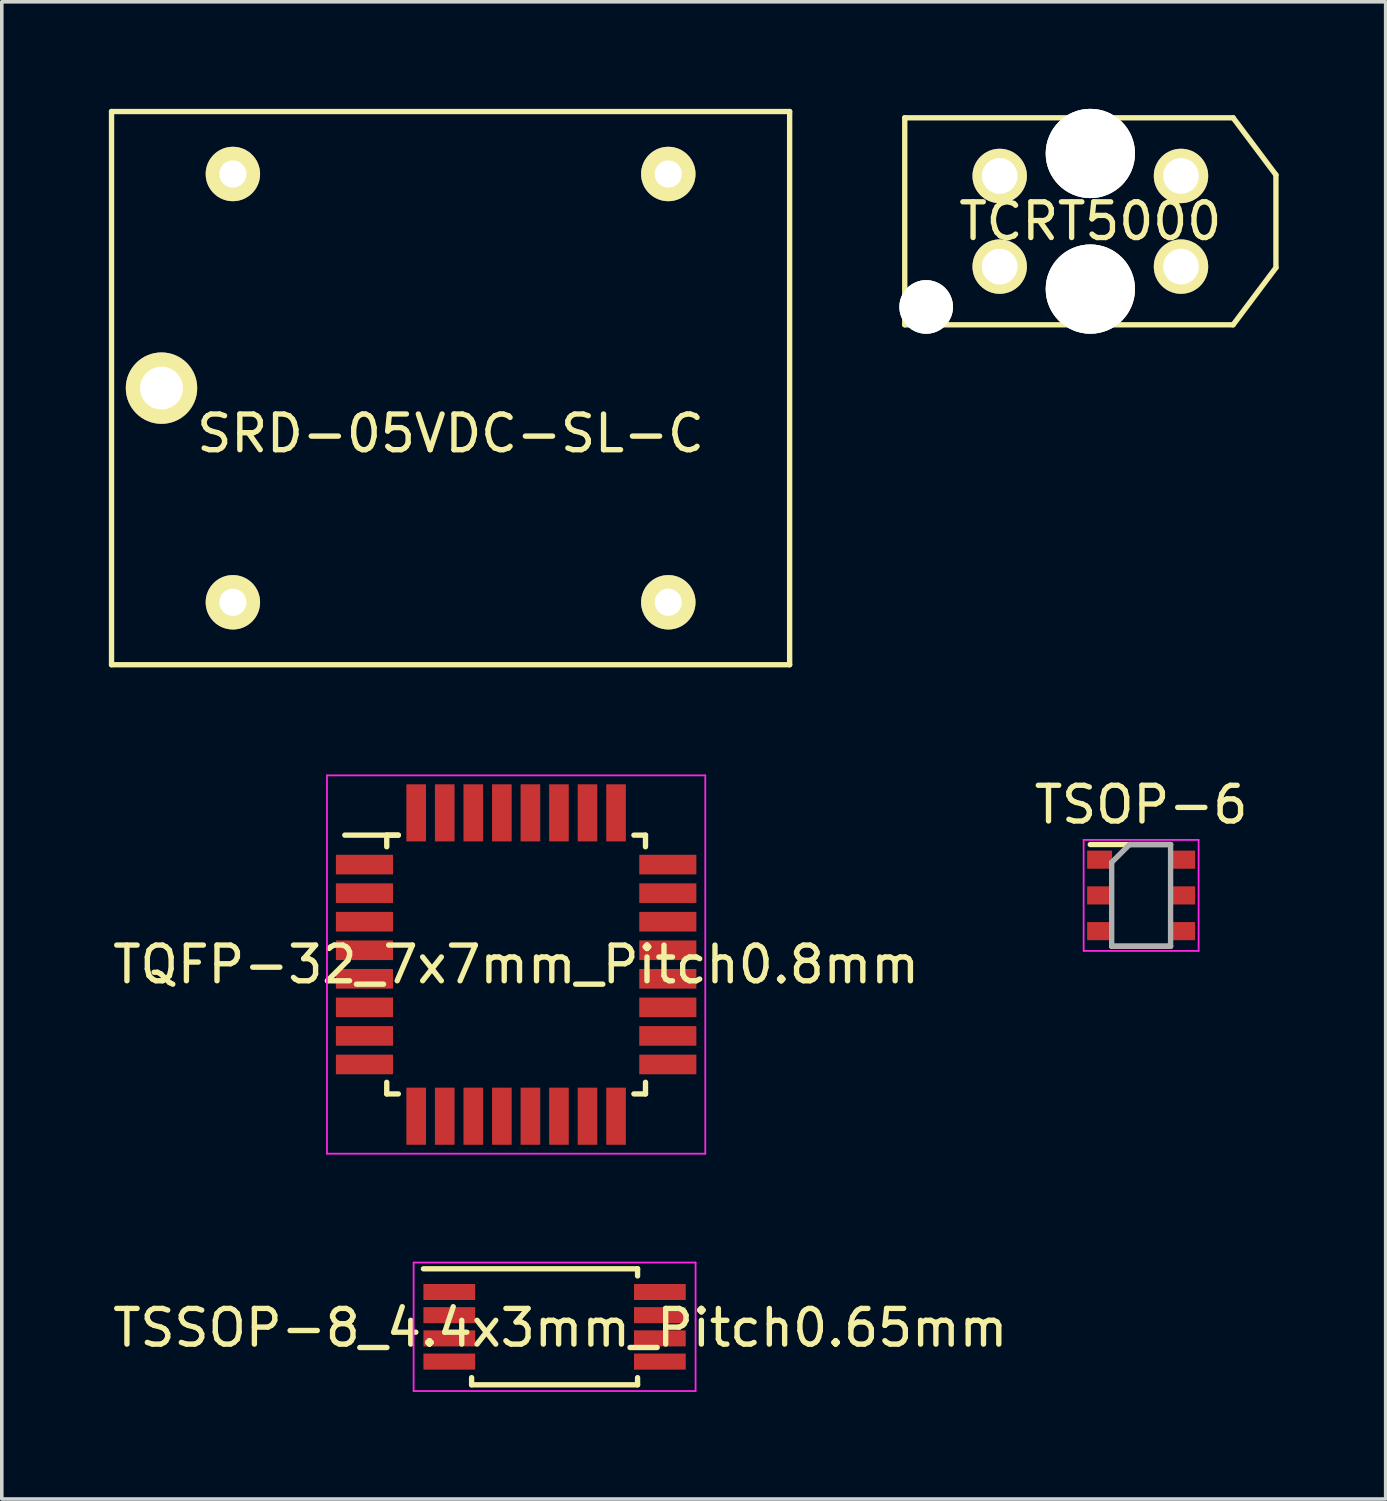
<source format=kicad_pcb>
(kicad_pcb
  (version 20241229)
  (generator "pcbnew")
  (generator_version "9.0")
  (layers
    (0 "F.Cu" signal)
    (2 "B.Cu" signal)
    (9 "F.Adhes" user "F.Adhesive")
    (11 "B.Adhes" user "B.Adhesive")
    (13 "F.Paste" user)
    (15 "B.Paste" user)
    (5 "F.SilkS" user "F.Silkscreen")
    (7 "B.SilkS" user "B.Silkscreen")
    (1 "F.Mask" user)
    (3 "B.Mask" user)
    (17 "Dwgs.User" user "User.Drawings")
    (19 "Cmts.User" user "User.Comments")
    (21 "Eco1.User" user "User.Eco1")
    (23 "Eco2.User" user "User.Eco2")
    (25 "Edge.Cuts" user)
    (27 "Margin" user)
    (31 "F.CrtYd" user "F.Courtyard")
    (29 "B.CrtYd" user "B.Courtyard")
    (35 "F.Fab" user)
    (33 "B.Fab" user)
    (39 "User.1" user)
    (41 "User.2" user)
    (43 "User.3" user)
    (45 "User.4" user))
  (footprint "TCRT5000"
    (layer "F.Cu")
    (at 27.5 3.15)
    (property "Reference" "TCRT5000" (at 0 0 0) (layer "F.SilkS") (effects (font (size 1 1) (thickness 0.15))))
    (attr through_hole)
    (fp_line (start -5.2 -2.9) (end -5.2 2.9) (stroke (width 0.15) (type solid)) (layer "F.SilkS"))
    (fp_line (start 4 -2.9) (end -5.2 -2.9) (stroke (width 0.15) (type solid)) (layer "F.SilkS"))
    (fp_line (start 4 -2.9) (end 5.2 -1.3) (stroke (width 0.15) (type solid)) (layer "F.SilkS"))
    (fp_line (start 4 2.9) (end -5.2 2.9) (stroke (width 0.15) (type solid)) (layer "F.SilkS"))
    (fp_line (start 4 2.9) (end 5.2 1.3) (stroke (width 0.15) (type solid)) (layer "F.SilkS"))
    (fp_line (start 5.2 -1.3) (end 5.2 1.3) (stroke (width 0.15) (type solid)) (layer "F.SilkS"))
    (pad "1" thru_hole circle (at -2.54 -1.27) (size 1.524 1.524) (drill 1) (layers "*.Cu" "*.Mask" "F.SilkS"))
    (pad "2" thru_hole circle (at 2.54 -1.27) (size 1.524 1.524) (drill 1) (layers "*.Cu" "*.Mask" "F.SilkS"))
    (pad "3" thru_hole circle (at -2.54 1.27) (size 1.524 1.524) (drill 1) (layers "*.Cu" "*.Mask" "F.SilkS"))
    (pad "4" thru_hole circle (at 2.54 1.27) (size 1.524 1.524) (drill 1) (layers "*.Cu" "*.Mask" "F.SilkS"))
    (pad "5" thru_hole circle (at -4.6 2.4) (size 1.5 1.5) (drill 1.5) (layers "*.Cu" "*.Mask" "F.SilkS"))
    (pad "5" thru_hole circle (at 0 -1.9) (size 2.5 2.5) (drill 2.5) (layers "*.Cu" "*.Mask" "F.SilkS"))
    (pad "5" thru_hole circle (at 0 1.9) (size 2.5 2.5) (drill 2.5) (layers "*.Cu" "*.Mask" "F.SilkS")))
  (footprint "TSOP-6"
    (layer "F.Cu")
    (at 28.923 22.038)
    (property "Reference" "TSOP-6" (at 0 -2.54 0) (layer "F.SilkS") (effects (font (size 1 1) (thickness 0.15))))
    (attr through_hole)
    (fp_line (start 0.825 -1.425) (end -1.425 -1.425) (stroke (width 0.15) (type solid)) (layer "F.SilkS"))
    (fp_line (start 0.825 1.425) (end -0.825 1.425) (stroke (width 0.15) (type solid)) (layer "F.SilkS"))
    (fp_line (start -1.611 -1.555) (end -1.611 1.555) (stroke (width 0.05) (type solid)) (layer "F.CrtYd"))
    (fp_line (start -1.611 -1.555) (end 1.611 -1.555) (stroke (width 0.05) (type solid)) (layer "F.CrtYd"))
    (fp_line (start -1.611 1.555) (end 1.611 1.555) (stroke (width 0.05) (type solid)) (layer "F.CrtYd"))
    (fp_line (start 1.611 -1.555) (end 1.611 1.555) (stroke (width 0.05) (type solid)) (layer "F.CrtYd"))
    (fp_line (start -0.825 -0.925) (end -0.825 1.425) (stroke (width 0.15) (type solid)) (layer "F.Fab"))
    (fp_line (start -0.325 -1.425) (end -0.825 -0.925) (stroke (width 0.15) (type solid)) (layer "F.Fab"))
    (fp_line (start 0.825 -1.425) (end -0.325 -1.425) (stroke (width 0.15) (type solid)) (layer "F.Fab"))
    (fp_line (start 0.825 -1.425) (end 0.825 1.425) (stroke (width 0.15) (type solid)) (layer "F.Fab"))
    (fp_line (start 0.825 1.425) (end -0.825 1.425) (stroke (width 0.15) (type solid)) (layer "F.Fab"))
    (pad "1" smd rect (at -1.163 -1.001) (size 0.699 0.508) (layers "F.Cu" "F.Mask" "F.Paste"))
    (pad "2" smd rect (at -1.163 0) (size 0.699 0.508) (layers "F.Cu" "F.Mask" "F.Paste"))
    (pad "3" smd rect (at -1.163 1.001) (size 0.699 0.508) (layers "F.Cu" "F.Mask" "F.Paste"))
    (pad "4" smd rect (at 1.163 1.001) (size 0.699 0.508) (layers "F.Cu" "F.Mask" "F.Paste"))
    (pad "5" smd rect (at 1.163 0) (size 0.699 0.508) (layers "F.Cu" "F.Mask" "F.Paste"))
    (pad "6" smd rect (at 1.163 -1.001) (size 0.699 0.508) (layers "F.Cu" "F.Mask" "F.Paste")))
  (footprint "SRD-05VDC-SL-C"
    (layer "F.Cu")
    (at 9.575 7.825)
    (property "Reference" "SRD-05VDC-SL-C" (at 0 1.27 0) (layer "F.SilkS") (effects (font (size 1 1) (thickness 0.15))))
    (attr through_hole)
    (fp_line (start -9.5 -7.75) (end -9.5 7.75) (stroke (width 0.15) (type solid)) (layer "F.SilkS"))
    (fp_line (start -9.5 -7.75) (end 9.5 -7.75) (stroke (width 0.15) (type solid)) (layer "F.SilkS"))
    (fp_line (start -9.5 7.75) (end 9.5 7.75) (stroke (width 0.15) (type solid)) (layer "F.SilkS"))
    (fp_line (start 9.5 -7.75) (end 9.5 7.75) (stroke (width 0.15) (type solid)) (layer "F.SilkS"))
    (pad "1" thru_hole circle (at -6.1 -6) (size 1.524 1.524) (drill 0.762) (layers "*.Cu" "*.Mask" "F.SilkS"))
    (pad "2" thru_hole circle (at -6.1 6) (size 1.524 1.524) (drill 0.762) (layers "*.Cu" "*.Mask" "F.SilkS"))
    (pad "3" thru_hole circle (at -8.1 0) (size 2 2) (drill 1.2) (layers "*.Cu" "*.Mask" "F.SilkS"))
    (pad "4" thru_hole circle (at 6.1 -6) (size 1.524 1.524) (drill 0.762) (layers "*.Cu" "*.Mask" "F.SilkS"))
    (pad "5" thru_hole circle (at 6.1 6) (size 1.524 1.524) (drill 0.762) (layers "*.Cu" "*.Mask" "F.SilkS")))
  (footprint "TQFP-32_7x7mm_Pitch0.8mm"
    (layer "F.Cu")
    (at 11.411 23.975)
    (property "Reference" "TQFP-32_7x7mm_Pitch0.8mm" (at 0 0 0) (layer "F.SilkS") (effects (font (size 1 1) (thickness 0.15))))
    (attr smd)
    (fp_line (start -4.8 -3.625) (end -3.3 -3.625) (stroke (width 0.15) (type solid)) (layer "F.SilkS"))
    (fp_line (start -3.625 -3.625) (end -3.625 -3.3) (stroke (width 0.15) (type solid)) (layer "F.SilkS"))
    (fp_line (start -3.625 -3.625) (end -3.3 -3.625) (stroke (width 0.15) (type solid)) (layer "F.SilkS"))
    (fp_line (start -3.625 3.625) (end -3.625 3.3) (stroke (width 0.15) (type solid)) (layer "F.SilkS"))
    (fp_line (start -3.625 3.625) (end -3.3 3.625) (stroke (width 0.15) (type solid)) (layer "F.SilkS"))
    (fp_line (start 3.625 -3.625) (end 3.3 -3.625) (stroke (width 0.15) (type solid)) (layer "F.SilkS"))
    (fp_line (start 3.625 -3.625) (end 3.625 -3.3) (stroke (width 0.15) (type solid)) (layer "F.SilkS"))
    (fp_line (start 3.625 3.625) (end 3.3 3.625) (stroke (width 0.15) (type solid)) (layer "F.SilkS"))
    (fp_line (start 3.625 3.625) (end 3.625 3.3) (stroke (width 0.15) (type solid)) (layer "F.SilkS"))
    (fp_line (start -5.3 -5.3) (end -5.3 5.3) (stroke (width 0.05) (type solid)) (layer "F.CrtYd"))
    (fp_line (start -5.3 -5.3) (end 5.3 -5.3) (stroke (width 0.05) (type solid)) (layer "F.CrtYd"))
    (fp_line (start -5.3 5.3) (end 5.3 5.3) (stroke (width 0.05) (type solid)) (layer "F.CrtYd"))
    (fp_line (start 5.3 -5.3) (end 5.3 5.3) (stroke (width 0.05) (type solid)) (layer "F.CrtYd"))
    (pad "1" smd rect (at -4.25 -2.8) (size 1.6 0.55) (layers "F.Cu" "F.Mask" "F.Paste"))
    (pad "2" smd rect (at -4.25 -2) (size 1.6 0.55) (layers "F.Cu" "F.Mask" "F.Paste"))
    (pad "3" smd rect (at -4.25 -1.2) (size 1.6 0.55) (layers "F.Cu" "F.Mask" "F.Paste"))
    (pad "4" smd rect (at -4.25 -0.4) (size 1.6 0.55) (layers "F.Cu" "F.Mask" "F.Paste"))
    (pad "5" smd rect (at -4.25 0.4) (size 1.6 0.55) (layers "F.Cu" "F.Mask" "F.Paste"))
    (pad "6" smd rect (at -4.25 1.2) (size 1.6 0.55) (layers "F.Cu" "F.Mask" "F.Paste"))
    (pad "7" smd rect (at -4.25 2) (size 1.6 0.55) (layers "F.Cu" "F.Mask" "F.Paste"))
    (pad "8" smd rect (at -4.25 2.8) (size 1.6 0.55) (layers "F.Cu" "F.Mask" "F.Paste"))
    (pad "9" smd rect (at -2.8 4.25 90) (size 1.6 0.55) (layers "F.Cu" "F.Mask" "F.Paste"))
    (pad "10" smd rect (at -2 4.25 90) (size 1.6 0.55) (layers "F.Cu" "F.Mask" "F.Paste"))
    (pad "11" smd rect (at -1.2 4.25 90) (size 1.6 0.55) (layers "F.Cu" "F.Mask" "F.Paste"))
    (pad "12" smd rect (at -0.4 4.25 90) (size 1.6 0.55) (layers "F.Cu" "F.Mask" "F.Paste"))
    (pad "13" smd rect (at 0.4 4.25 90) (size 1.6 0.55) (layers "F.Cu" "F.Mask" "F.Paste"))
    (pad "14" smd rect (at 1.2 4.25 90) (size 1.6 0.55) (layers "F.Cu" "F.Mask" "F.Paste"))
    (pad "15" smd rect (at 2 4.25 90) (size 1.6 0.55) (layers "F.Cu" "F.Mask" "F.Paste"))
    (pad "16" smd rect (at 2.8 4.25 90) (size 1.6 0.55) (layers "F.Cu" "F.Mask" "F.Paste"))
    (pad "17" smd rect (at 4.25 2.8) (size 1.6 0.55) (layers "F.Cu" "F.Mask" "F.Paste"))
    (pad "18" smd rect (at 4.25 2) (size 1.6 0.55) (layers "F.Cu" "F.Mask" "F.Paste"))
    (pad "19" smd rect (at 4.25 1.2) (size 1.6 0.55) (layers "F.Cu" "F.Mask" "F.Paste"))
    (pad "20" smd rect (at 4.25 0.4) (size 1.6 0.55) (layers "F.Cu" "F.Mask" "F.Paste"))
    (pad "21" smd rect (at 4.25 -0.4) (size 1.6 0.55) (layers "F.Cu" "F.Mask" "F.Paste"))
    (pad "22" smd rect (at 4.25 -1.2) (size 1.6 0.55) (layers "F.Cu" "F.Mask" "F.Paste"))
    (pad "23" smd rect (at 4.25 -2) (size 1.6 0.55) (layers "F.Cu" "F.Mask" "F.Paste"))
    (pad "24" smd rect (at 4.25 -2.8) (size 1.6 0.55) (layers "F.Cu" "F.Mask" "F.Paste"))
    (pad "25" smd rect (at 2.8 -4.25 90) (size 1.6 0.55) (layers "F.Cu" "F.Mask" "F.Paste"))
    (pad "26" smd rect (at 2 -4.25 90) (size 1.6 0.55) (layers "F.Cu" "F.Mask" "F.Paste"))
    (pad "27" smd rect (at 1.2 -4.25 90) (size 1.6 0.55) (layers "F.Cu" "F.Mask" "F.Paste"))
    (pad "28" smd rect (at 0.4 -4.25 90) (size 1.6 0.55) (layers "F.Cu" "F.Mask" "F.Paste"))
    (pad "29" smd rect (at -0.4 -4.25 90) (size 1.6 0.55) (layers "F.Cu" "F.Mask" "F.Paste"))
    (pad "30" smd rect (at -1.2 -4.25 90) (size 1.6 0.55) (layers "F.Cu" "F.Mask" "F.Paste"))
    (pad "31" smd rect (at -2 -4.25 90) (size 1.6 0.55) (layers "F.Cu" "F.Mask" "F.Paste"))
    (pad "32" smd rect (at -2.8 -4.25 90) (size 1.6 0.55) (layers "F.Cu" "F.Mask" "F.Paste")))
  (footprint "TSSOP-8_4.4x3mm_Pitch0.65mm"
    (layer "F.Cu")
    (at 12.489 34.125)
    (property "Reference" "TSSOP-8_4.4x3mm_Pitch0.65mm" (at 0.16 0.03 0) (layer "F.SilkS") (effects (font (size 1 1) (thickness 0.15))))
    (attr smd)
    (fp_line (start -3.675 -1.625) (end 2.325 -1.625) (stroke (width 0.15) (type solid)) (layer "F.SilkS"))
    (fp_line (start -2.325 1.625) (end -2.325 1.425) (stroke (width 0.15) (type solid)) (layer "F.SilkS"))
    (fp_line (start -2.325 1.625) (end 2.325 1.625) (stroke (width 0.15) (type solid)) (layer "F.SilkS"))
    (fp_line (start 2.325 -1.625) (end 2.325 -1.425) (stroke (width 0.15) (type solid)) (layer "F.SilkS"))
    (fp_line (start 2.325 1.625) (end 2.325 1.425) (stroke (width 0.15) (type solid)) (layer "F.SilkS"))
    (fp_line (start -3.95 -1.8) (end -3.95 1.8) (stroke (width 0.05) (type solid)) (layer "F.CrtYd"))
    (fp_line (start -3.95 -1.8) (end 3.95 -1.8) (stroke (width 0.05) (type solid)) (layer "F.CrtYd"))
    (fp_line (start -3.95 1.8) (end 3.95 1.8) (stroke (width 0.05) (type solid)) (layer "F.CrtYd"))
    (fp_line (start 3.95 -1.8) (end 3.95 1.8) (stroke (width 0.05) (type solid)) (layer "F.CrtYd"))
    (pad "1" smd rect (at -2.95 -0.975) (size 1.45 0.45) (layers "F.Cu" "F.Mask" "F.Paste"))
    (pad "2" smd rect (at -2.95 -0.325) (size 1.45 0.45) (layers "F.Cu" "F.Mask" "F.Paste"))
    (pad "3" smd rect (at -2.95 0.325) (size 1.45 0.45) (layers "F.Cu" "F.Mask" "F.Paste"))
    (pad "4" smd rect (at -2.95 0.975) (size 1.45 0.45) (layers "F.Cu" "F.Mask" "F.Paste"))
    (pad "5" smd rect (at 2.95 0.975) (size 1.45 0.45) (layers "F.Cu" "F.Mask" "F.Paste"))
    (pad "6" smd rect (at 2.95 0.325) (size 1.45 0.45) (layers "F.Cu" "F.Mask" "F.Paste"))
    (pad "7" smd rect (at 2.95 -0.325) (size 1.45 0.45) (layers "F.Cu" "F.Mask" "F.Paste"))
    (pad "8" smd rect (at 2.95 -0.975) (size 1.45 0.45) (layers "F.Cu" "F.Mask" "F.Paste")))
  (gr_rect
    (start -3 -3)
    (end 35.775 38.95)
    (stroke (width 0.1) (type default))
    (fill no)
    (layer "Edge.Cuts")))
</source>
